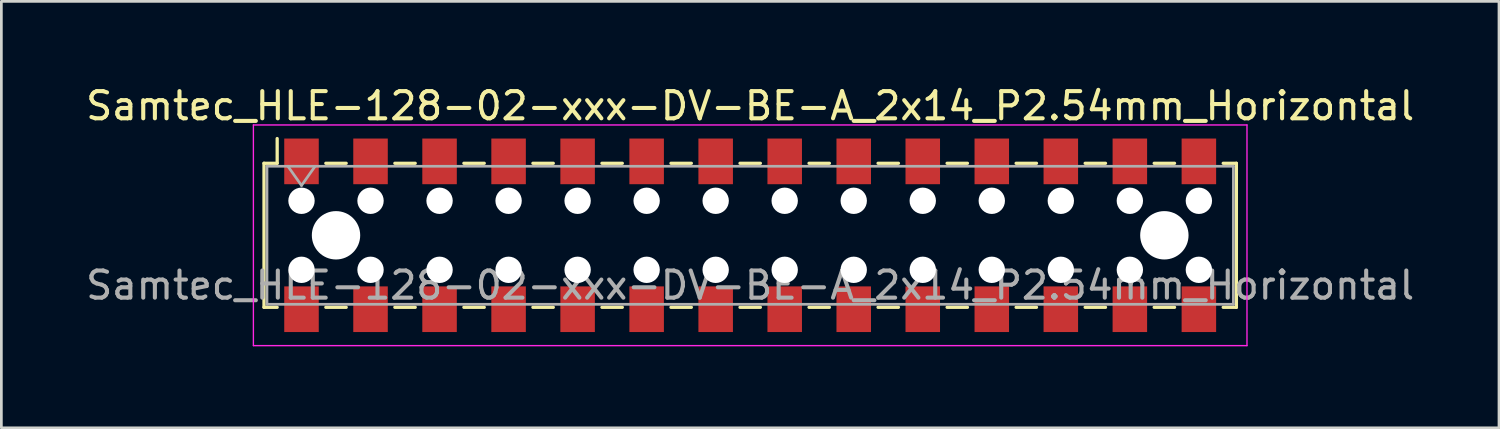
<source format=kicad_pcb>
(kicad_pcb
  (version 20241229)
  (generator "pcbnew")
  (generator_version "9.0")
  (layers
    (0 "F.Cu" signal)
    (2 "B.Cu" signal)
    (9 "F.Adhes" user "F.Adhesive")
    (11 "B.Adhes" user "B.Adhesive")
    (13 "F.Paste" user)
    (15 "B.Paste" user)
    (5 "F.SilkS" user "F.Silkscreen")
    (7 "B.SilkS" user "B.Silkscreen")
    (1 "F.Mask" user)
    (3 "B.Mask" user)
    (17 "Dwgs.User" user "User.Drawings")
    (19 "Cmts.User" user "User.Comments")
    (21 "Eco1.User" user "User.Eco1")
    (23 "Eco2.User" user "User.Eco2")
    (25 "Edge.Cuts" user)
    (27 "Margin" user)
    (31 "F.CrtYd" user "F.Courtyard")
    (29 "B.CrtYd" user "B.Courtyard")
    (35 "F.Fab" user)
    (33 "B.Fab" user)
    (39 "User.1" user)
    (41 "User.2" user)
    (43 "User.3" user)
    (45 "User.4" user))
  (footprint "Samtec_HLE-128-02-xxx-DV-BE-A_2x14_P2.54mm_Horizontal"
    (layer "F.Cu")
    (at 24.554 5.608)
    (property "Reference" "Samtec_HLE-128-02-xxx-DV-BE-A_2x14_P2.54mm_Horizontal" (at 0 -4.76 0) (layer "F.SilkS") (effects (font (size 1 1) (thickness 0.15))))
    (attr smd)
    (fp_line (start -17.89 -2.65) (end -17.89 2.65) (stroke (width 0.12) (type solid)) (layer "F.SilkS"))
    (fp_line (start -17.89 2.65) (end -17.405 2.65) (stroke (width 0.12) (type solid)) (layer "F.SilkS"))
    (fp_line (start -17.405 -3.56) (end -17.405 -2.65) (stroke (width 0.12) (type solid)) (layer "F.SilkS"))
    (fp_line (start -17.405 -2.65) (end -17.89 -2.65) (stroke (width 0.12) (type solid)) (layer "F.SilkS"))
    (fp_line (start -15.615 -2.65) (end -14.865 -2.65) (stroke (width 0.12) (type solid)) (layer "F.SilkS"))
    (fp_line (start -15.615 2.65) (end -14.865 2.65) (stroke (width 0.12) (type solid)) (layer "F.SilkS"))
    (fp_line (start -13.075 -2.65) (end -12.325 -2.65) (stroke (width 0.12) (type solid)) (layer "F.SilkS"))
    (fp_line (start -13.075 2.65) (end -12.325 2.65) (stroke (width 0.12) (type solid)) (layer "F.SilkS"))
    (fp_line (start -10.535 -2.65) (end -9.785 -2.65) (stroke (width 0.12) (type solid)) (layer "F.SilkS"))
    (fp_line (start -10.535 2.65) (end -9.785 2.65) (stroke (width 0.12) (type solid)) (layer "F.SilkS"))
    (fp_line (start -7.995 -2.65) (end -7.245 -2.65) (stroke (width 0.12) (type solid)) (layer "F.SilkS"))
    (fp_line (start -7.995 2.65) (end -7.245 2.65) (stroke (width 0.12) (type solid)) (layer "F.SilkS"))
    (fp_line (start -5.455 -2.65) (end -4.705 -2.65) (stroke (width 0.12) (type solid)) (layer "F.SilkS"))
    (fp_line (start -5.455 2.65) (end -4.705 2.65) (stroke (width 0.12) (type solid)) (layer "F.SilkS"))
    (fp_line (start -2.915 -2.65) (end -2.165 -2.65) (stroke (width 0.12) (type solid)) (layer "F.SilkS"))
    (fp_line (start -2.915 2.65) (end -2.165 2.65) (stroke (width 0.12) (type solid)) (layer "F.SilkS"))
    (fp_line (start -0.375 -2.65) (end 0.375 -2.65) (stroke (width 0.12) (type solid)) (layer "F.SilkS"))
    (fp_line (start -0.375 2.65) (end 0.375 2.65) (stroke (width 0.12) (type solid)) (layer "F.SilkS"))
    (fp_line (start 2.165 -2.65) (end 2.915 -2.65) (stroke (width 0.12) (type solid)) (layer "F.SilkS"))
    (fp_line (start 2.165 2.65) (end 2.915 2.65) (stroke (width 0.12) (type solid)) (layer "F.SilkS"))
    (fp_line (start 4.705 -2.65) (end 5.455 -2.65) (stroke (width 0.12) (type solid)) (layer "F.SilkS"))
    (fp_line (start 4.705 2.65) (end 5.455 2.65) (stroke (width 0.12) (type solid)) (layer "F.SilkS"))
    (fp_line (start 7.245 -2.65) (end 7.995 -2.65) (stroke (width 0.12) (type solid)) (layer "F.SilkS"))
    (fp_line (start 7.245 2.65) (end 7.995 2.65) (stroke (width 0.12) (type solid)) (layer "F.SilkS"))
    (fp_line (start 9.785 -2.65) (end 10.535 -2.65) (stroke (width 0.12) (type solid)) (layer "F.SilkS"))
    (fp_line (start 9.785 2.65) (end 10.535 2.65) (stroke (width 0.12) (type solid)) (layer "F.SilkS"))
    (fp_line (start 12.325 -2.65) (end 13.075 -2.65) (stroke (width 0.12) (type solid)) (layer "F.SilkS"))
    (fp_line (start 12.325 2.65) (end 13.075 2.65) (stroke (width 0.12) (type solid)) (layer "F.SilkS"))
    (fp_line (start 14.865 -2.65) (end 15.615 -2.65) (stroke (width 0.12) (type solid)) (layer "F.SilkS"))
    (fp_line (start 14.865 2.65) (end 15.615 2.65) (stroke (width 0.12) (type solid)) (layer "F.SilkS"))
    (fp_line (start 17.405 -2.65) (end 17.89 -2.65) (stroke (width 0.12) (type solid)) (layer "F.SilkS"))
    (fp_line (start 17.89 -2.65) (end 17.89 2.65) (stroke (width 0.12) (type solid)) (layer "F.SilkS"))
    (fp_line (start 17.89 2.65) (end 17.405 2.65) (stroke (width 0.12) (type solid)) (layer "F.SilkS"))
    (fp_line (start -18.28 -4.06) (end 18.28 -4.06) (stroke (width 0.05) (type solid)) (layer "F.CrtYd"))
    (fp_line (start -18.28 4.06) (end -18.28 -4.06) (stroke (width 0.05) (type solid)) (layer "F.CrtYd"))
    (fp_line (start 18.28 -4.06) (end 18.28 4.06) (stroke (width 0.05) (type solid)) (layer "F.CrtYd"))
    (fp_line (start 18.28 4.06) (end -18.28 4.06) (stroke (width 0.05) (type solid)) (layer "F.CrtYd"))
    (fp_line (start -17.78 -2.54) (end 17.78 -2.54) (stroke (width 0.1) (type solid)) (layer "F.Fab"))
    (fp_line (start -17.78 2.54) (end -17.78 -2.54) (stroke (width 0.1) (type solid)) (layer "F.Fab"))
    (fp_line (start -17.01 -2.54) (end -16.51 -1.833) (stroke (width 0.1) (type solid)) (layer "F.Fab"))
    (fp_line (start -16.51 -1.833) (end -16.01 -2.54) (stroke (width 0.1) (type solid)) (layer "F.Fab"))
    (fp_line (start 17.78 -2.54) (end 17.78 2.54) (stroke (width 0.1) (type solid)) (layer "F.Fab"))
    (fp_line (start 17.78 2.54) (end -17.78 2.54) (stroke (width 0.1) (type solid)) (layer "F.Fab"))
    (fp_text user "${REFERENCE}" (at 0 1.84 0) (layer "F.Fab") (effects (font (size 1 1) (thickness 0.15))))
    (pad "" np_thru_hole circle (at -16.51 -1.27) (size 0.97 0.97) (drill 0.97) (layers "*.Cu" "*.Mask"))
    (pad "" np_thru_hole circle (at -16.51 1.27) (size 0.97 0.97) (drill 0.97) (layers "*.Cu" "*.Mask"))
    (pad "" np_thru_hole circle (at -15.24 0) (size 1.78 1.78) (drill 1.78) (layers "*.Cu" "*.Mask"))
    (pad "" np_thru_hole circle (at -13.97 -1.27) (size 0.97 0.97) (drill 0.97) (layers "*.Cu" "*.Mask"))
    (pad "" np_thru_hole circle (at -13.97 1.27) (size 0.97 0.97) (drill 0.97) (layers "*.Cu" "*.Mask"))
    (pad "" np_thru_hole circle (at -11.43 -1.27) (size 0.97 0.97) (drill 0.97) (layers "*.Cu" "*.Mask"))
    (pad "" np_thru_hole circle (at -11.43 1.27) (size 0.97 0.97) (drill 0.97) (layers "*.Cu" "*.Mask"))
    (pad "" np_thru_hole circle (at -8.89 -1.27) (size 0.97 0.97) (drill 0.97) (layers "*.Cu" "*.Mask"))
    (pad "" np_thru_hole circle (at -8.89 1.27) (size 0.97 0.97) (drill 0.97) (layers "*.Cu" "*.Mask"))
    (pad "" np_thru_hole circle (at -6.35 -1.27) (size 0.97 0.97) (drill 0.97) (layers "*.Cu" "*.Mask"))
    (pad "" np_thru_hole circle (at -6.35 1.27) (size 0.97 0.97) (drill 0.97) (layers "*.Cu" "*.Mask"))
    (pad "" np_thru_hole circle (at -3.81 -1.27) (size 0.97 0.97) (drill 0.97) (layers "*.Cu" "*.Mask"))
    (pad "" np_thru_hole circle (at -3.81 1.27) (size 0.97 0.97) (drill 0.97) (layers "*.Cu" "*.Mask"))
    (pad "" np_thru_hole circle (at -1.27 -1.27) (size 0.97 0.97) (drill 0.97) (layers "*.Cu" "*.Mask"))
    (pad "" np_thru_hole circle (at -1.27 1.27) (size 0.97 0.97) (drill 0.97) (layers "*.Cu" "*.Mask"))
    (pad "" np_thru_hole circle (at 1.27 -1.27) (size 0.97 0.97) (drill 0.97) (layers "*.Cu" "*.Mask"))
    (pad "" np_thru_hole circle (at 1.27 1.27) (size 0.97 0.97) (drill 0.97) (layers "*.Cu" "*.Mask"))
    (pad "" np_thru_hole circle (at 3.81 -1.27) (size 0.97 0.97) (drill 0.97) (layers "*.Cu" "*.Mask"))
    (pad "" np_thru_hole circle (at 3.81 1.27) (size 0.97 0.97) (drill 0.97) (layers "*.Cu" "*.Mask"))
    (pad "" np_thru_hole circle (at 6.35 -1.27) (size 0.97 0.97) (drill 0.97) (layers "*.Cu" "*.Mask"))
    (pad "" np_thru_hole circle (at 6.35 1.27) (size 0.97 0.97) (drill 0.97) (layers "*.Cu" "*.Mask"))
    (pad "" np_thru_hole circle (at 8.89 -1.27) (size 0.97 0.97) (drill 0.97) (layers "*.Cu" "*.Mask"))
    (pad "" np_thru_hole circle (at 8.89 1.27) (size 0.97 0.97) (drill 0.97) (layers "*.Cu" "*.Mask"))
    (pad "" np_thru_hole circle (at 11.43 -1.27) (size 0.97 0.97) (drill 0.97) (layers "*.Cu" "*.Mask"))
    (pad "" np_thru_hole circle (at 11.43 1.27) (size 0.97 0.97) (drill 0.97) (layers "*.Cu" "*.Mask"))
    (pad "" np_thru_hole circle (at 13.97 -1.27) (size 0.97 0.97) (drill 0.97) (layers "*.Cu" "*.Mask"))
    (pad "" np_thru_hole circle (at 13.97 1.27) (size 0.97 0.97) (drill 0.97) (layers "*.Cu" "*.Mask"))
    (pad "" np_thru_hole circle (at 15.24 0) (size 1.78 1.78) (drill 1.78) (layers "*.Cu" "*.Mask"))
    (pad "" np_thru_hole circle (at 16.51 -1.27) (size 0.97 0.97) (drill 0.97) (layers "*.Cu" "*.Mask"))
    (pad "" np_thru_hole circle (at 16.51 1.27) (size 0.97 0.97) (drill 0.97) (layers "*.Cu" "*.Mask"))
    (pad "1" smd rect (at -16.51 -2.72) (size 1.27 1.68) (layers "F.Cu" "F.Mask" "F.Paste"))
    (pad "2" smd rect (at -16.51 2.72) (size 1.27 1.68) (layers "F.Cu" "F.Mask" "F.Paste"))
    (pad "3" smd rect (at -13.97 -2.72) (size 1.27 1.68) (layers "F.Cu" "F.Mask" "F.Paste"))
    (pad "4" smd rect (at -13.97 2.72) (size 1.27 1.68) (layers "F.Cu" "F.Mask" "F.Paste"))
    (pad "5" smd rect (at -11.43 -2.72) (size 1.27 1.68) (layers "F.Cu" "F.Mask" "F.Paste"))
    (pad "6" smd rect (at -11.43 2.72) (size 1.27 1.68) (layers "F.Cu" "F.Mask" "F.Paste"))
    (pad "7" smd rect (at -8.89 -2.72) (size 1.27 1.68) (layers "F.Cu" "F.Mask" "F.Paste"))
    (pad "8" smd rect (at -8.89 2.72) (size 1.27 1.68) (layers "F.Cu" "F.Mask" "F.Paste"))
    (pad "9" smd rect (at -6.35 -2.72) (size 1.27 1.68) (layers "F.Cu" "F.Mask" "F.Paste"))
    (pad "10" smd rect (at -6.35 2.72) (size 1.27 1.68) (layers "F.Cu" "F.Mask" "F.Paste"))
    (pad "11" smd rect (at -3.81 -2.72) (size 1.27 1.68) (layers "F.Cu" "F.Mask" "F.Paste"))
    (pad "12" smd rect (at -3.81 2.72) (size 1.27 1.68) (layers "F.Cu" "F.Mask" "F.Paste"))
    (pad "13" smd rect (at -1.27 -2.72) (size 1.27 1.68) (layers "F.Cu" "F.Mask" "F.Paste"))
    (pad "14" smd rect (at -1.27 2.72) (size 1.27 1.68) (layers "F.Cu" "F.Mask" "F.Paste"))
    (pad "15" smd rect (at 1.27 -2.72) (size 1.27 1.68) (layers "F.Cu" "F.Mask" "F.Paste"))
    (pad "16" smd rect (at 1.27 2.72) (size 1.27 1.68) (layers "F.Cu" "F.Mask" "F.Paste"))
    (pad "17" smd rect (at 3.81 -2.72) (size 1.27 1.68) (layers "F.Cu" "F.Mask" "F.Paste"))
    (pad "18" smd rect (at 3.81 2.72) (size 1.27 1.68) (layers "F.Cu" "F.Mask" "F.Paste"))
    (pad "19" smd rect (at 6.35 -2.72) (size 1.27 1.68) (layers "F.Cu" "F.Mask" "F.Paste"))
    (pad "20" smd rect (at 6.35 2.72) (size 1.27 1.68) (layers "F.Cu" "F.Mask" "F.Paste"))
    (pad "21" smd rect (at 8.89 -2.72) (size 1.27 1.68) (layers "F.Cu" "F.Mask" "F.Paste"))
    (pad "22" smd rect (at 8.89 2.72) (size 1.27 1.68) (layers "F.Cu" "F.Mask" "F.Paste"))
    (pad "23" smd rect (at 11.43 -2.72) (size 1.27 1.68) (layers "F.Cu" "F.Mask" "F.Paste"))
    (pad "24" smd rect (at 11.43 2.72) (size 1.27 1.68) (layers "F.Cu" "F.Mask" "F.Paste"))
    (pad "25" smd rect (at 13.97 -2.72) (size 1.27 1.68) (layers "F.Cu" "F.Mask" "F.Paste"))
    (pad "26" smd rect (at 13.97 2.72) (size 1.27 1.68) (layers "F.Cu" "F.Mask" "F.Paste"))
    (pad "27" smd rect (at 16.51 -2.72) (size 1.27 1.68) (layers "F.Cu" "F.Mask" "F.Paste"))
    (pad "28" smd rect (at 16.51 2.72) (size 1.27 1.68) (layers "F.Cu" "F.Mask" "F.Paste")))
  (gr_rect
    (start -3 -3)
    (end 52.107 12.693)
    (stroke (width 0.1) (type default))
    (fill no)
    (layer "Edge.Cuts")))
</source>
